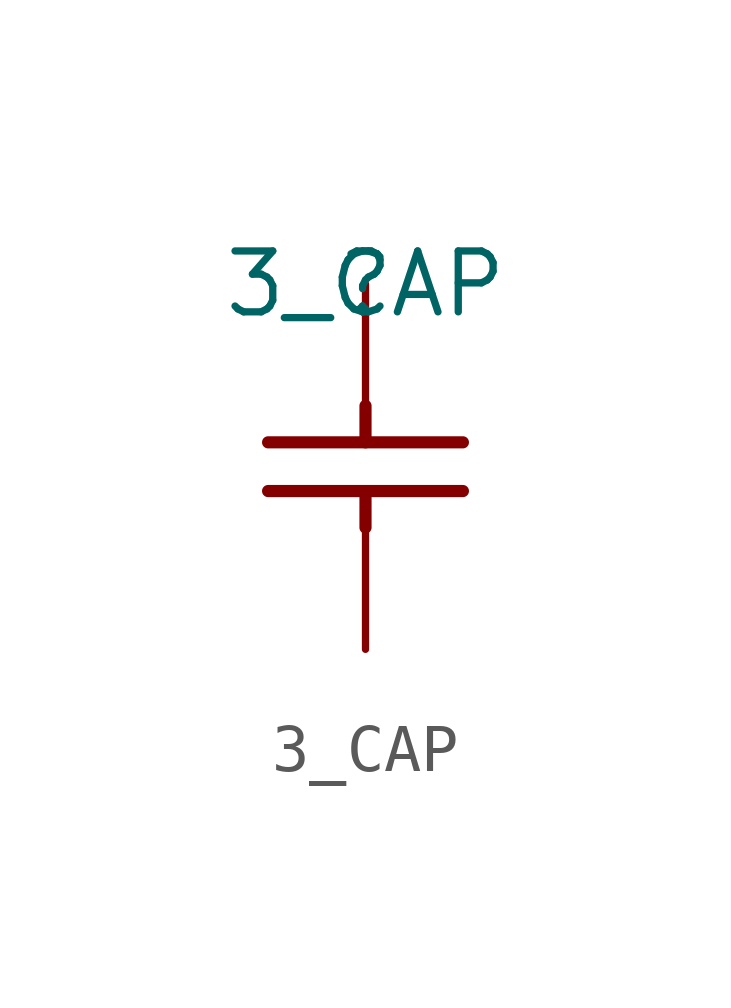
<source format=kicad_sym>
(kicad_symbol_lib
  (version 20211014)
  (generator kicad_symbol_editor)
  (symbol "3_CAP"
    (property "Reference" ""
      (at 0 0 0)
      (effects (font (size 1.27 1.27))))
    (property "Value" "3_CAP"
      (at 0 0 0)
      (effects (font (size 1.27 1.27))))
    (symbol "3_CAP_1_0"
      (polyline (pts (xy -2.032 -3.302) (xy 2.032 -3.302)) (stroke (width 0.254) (type default) (color 0 0 0 0)) (fill (type none)))
      (polyline (pts (xy 0 -5.08) (xy 0 -4.318)) (stroke (width 0.254) (type default) (color 0 0 0 0)) (fill (type none)))
      (polyline (pts (xy 0 -2.54) (xy 0 -3.302)) (stroke (width 0.254) (type default) (color 0 0 0 0)) (fill (type none)))
      (polyline (pts (xy 2.032 -4.318) (xy -2.032 -4.318)) (stroke (width 0.254) (type default) (color 0 0 0 0)) (fill (type none)))
      (pin passive line (at 0 0 270) (length 2.54) (name "1" (effects (font (size 0 0)))) (number "1" (effects (font (size 0 0)))))
      (pin passive line (at 0 -7.62 90) (length 2.54) (name "2" (effects (font (size 0 0)))) (number "2" (effects (font (size 0 0))))))))
</source>
